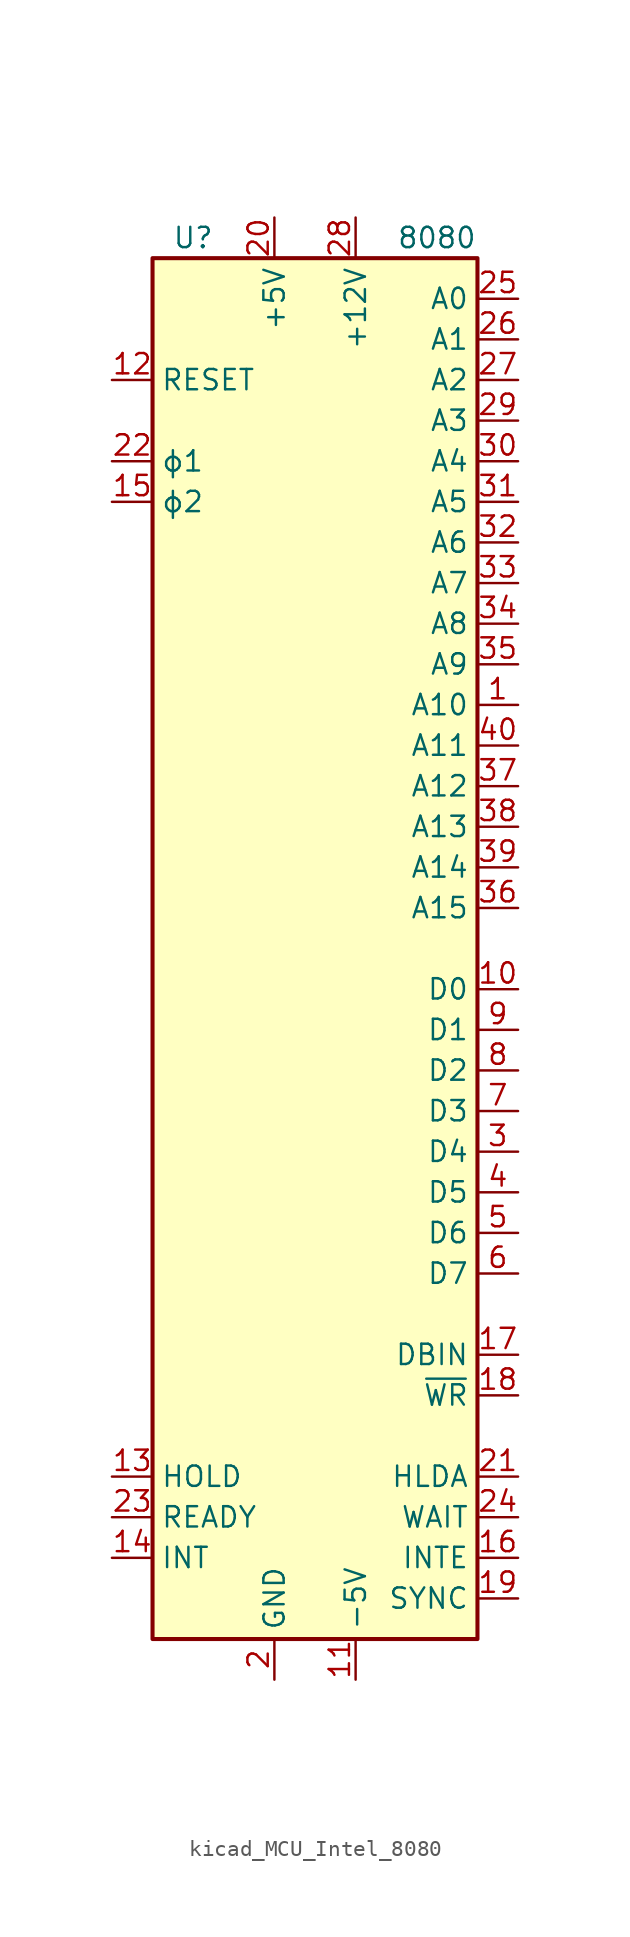
<source format=kicad_sym>
(kicad_symbol_lib
  (version 20220914)
  (generator kicad_symbol_editor)
  (symbol "kicad_MCU_Intel_8080"
    (property "Reference" "U"
      (at -7.62 44.45 0)
      (effects (font (size 1.27 1.27))))
    (property "Value" "8080"
      (at 7.62 44.45 0)
      (effects (font (size 1.27 1.27))))
    (symbol "kicad_MCU_Intel_8080_0_1"
      (rectangle (start -10.16 43.18) (end 10.16 -43.18) (stroke (width 0.254) (type default)) (fill (type background))))
    (symbol "kicad_MCU_Intel_8080_1_1"
      (pin output line (at 12.7 15.24 180) (length 2.54) (name "A10" (effects (font (size 1.27 1.27)))) (number "1" (effects (font (size 1.27 1.27)))))
      (pin bidirectional line (at 12.7 -2.54 180) (length 2.54) (name "D0" (effects (font (size 1.27 1.27)))) (number "10" (effects (font (size 1.27 1.27)))))
      (pin power_in line (at 2.54 -45.72 90) (length 2.54) (name "-5V" (effects (font (size 1.27 1.27)))) (number "11" (effects (font (size 1.27 1.27)))))
      (pin input line (at -12.7 35.56 0) (length 2.54) (name "RESET" (effects (font (size 1.27 1.27)))) (number "12" (effects (font (size 1.27 1.27)))))
      (pin input line (at -12.7 -33.02 0) (length 2.54) (name "HOLD" (effects (font (size 1.27 1.27)))) (number "13" (effects (font (size 1.27 1.27)))))
      (pin input line (at -12.7 -38.1 0) (length 2.54) (name "INT" (effects (font (size 1.27 1.27)))) (number "14" (effects (font (size 1.27 1.27)))))
      (pin input line (at -12.7 27.94 0) (length 2.54) (name "ϕ2" (effects (font (size 1.27 1.27)))) (number "15" (effects (font (size 1.27 1.27)))))
      (pin output line (at 12.7 -38.1 180) (length 2.54) (name "INTE" (effects (font (size 1.27 1.27)))) (number "16" (effects (font (size 1.27 1.27)))))
      (pin output line (at 12.7 -25.4 180) (length 2.54) (name "DBIN" (effects (font (size 1.27 1.27)))) (number "17" (effects (font (size 1.27 1.27)))))
      (pin output line (at 12.7 -27.94 180) (length 2.54) (name "~{WR}" (effects (font (size 1.27 1.27)))) (number "18" (effects (font (size 1.27 1.27)))))
      (pin output line (at 12.7 -40.64 180) (length 2.54) (name "SYNC" (effects (font (size 1.27 1.27)))) (number "19" (effects (font (size 1.27 1.27)))))
      (pin power_in line (at -2.54 -45.72 90) (length 2.54) (name "GND" (effects (font (size 1.27 1.27)))) (number "2" (effects (font (size 1.27 1.27)))))
      (pin power_in line (at -2.54 45.72 270) (length 2.54) (name "+5V" (effects (font (size 1.27 1.27)))) (number "20" (effects (font (size 1.27 1.27)))))
      (pin output line (at 12.7 -33.02 180) (length 2.54) (name "HLDA" (effects (font (size 1.27 1.27)))) (number "21" (effects (font (size 1.27 1.27)))))
      (pin input line (at -12.7 30.48 0) (length 2.54) (name "ϕ1" (effects (font (size 1.27 1.27)))) (number "22" (effects (font (size 1.27 1.27)))))
      (pin input line (at -12.7 -35.56 0) (length 2.54) (name "READY" (effects (font (size 1.27 1.27)))) (number "23" (effects (font (size 1.27 1.27)))))
      (pin output line (at 12.7 -35.56 180) (length 2.54) (name "WAIT" (effects (font (size 1.27 1.27)))) (number "24" (effects (font (size 1.27 1.27)))))
      (pin output line (at 12.7 40.64 180) (length 2.54) (name "A0" (effects (font (size 1.27 1.27)))) (number "25" (effects (font (size 1.27 1.27)))))
      (pin output line (at 12.7 38.1 180) (length 2.54) (name "A1" (effects (font (size 1.27 1.27)))) (number "26" (effects (font (size 1.27 1.27)))))
      (pin output line (at 12.7 35.56 180) (length 2.54) (name "A2" (effects (font (size 1.27 1.27)))) (number "27" (effects (font (size 1.27 1.27)))))
      (pin power_in line (at 2.54 45.72 270) (length 2.54) (name "+12V" (effects (font (size 1.27 1.27)))) (number "28" (effects (font (size 1.27 1.27)))))
      (pin output line (at 12.7 33.02 180) (length 2.54) (name "A3" (effects (font (size 1.27 1.27)))) (number "29" (effects (font (size 1.27 1.27)))))
      (pin bidirectional line (at 12.7 -12.7 180) (length 2.54) (name "D4" (effects (font (size 1.27 1.27)))) (number "3" (effects (font (size 1.27 1.27)))))
      (pin output line (at 12.7 30.48 180) (length 2.54) (name "A4" (effects (font (size 1.27 1.27)))) (number "30" (effects (font (size 1.27 1.27)))))
      (pin output line (at 12.7 27.94 180) (length 2.54) (name "A5" (effects (font (size 1.27 1.27)))) (number "31" (effects (font (size 1.27 1.27)))))
      (pin output line (at 12.7 25.4 180) (length 2.54) (name "A6" (effects (font (size 1.27 1.27)))) (number "32" (effects (font (size 1.27 1.27)))))
      (pin output line (at 12.7 22.86 180) (length 2.54) (name "A7" (effects (font (size 1.27 1.27)))) (number "33" (effects (font (size 1.27 1.27)))))
      (pin output line (at 12.7 20.32 180) (length 2.54) (name "A8" (effects (font (size 1.27 1.27)))) (number "34" (effects (font (size 1.27 1.27)))))
      (pin output line (at 12.7 17.78 180) (length 2.54) (name "A9" (effects (font (size 1.27 1.27)))) (number "35" (effects (font (size 1.27 1.27)))))
      (pin output line (at 12.7 2.54 180) (length 2.54) (name "A15" (effects (font (size 1.27 1.27)))) (number "36" (effects (font (size 1.27 1.27)))))
      (pin output line (at 12.7 10.16 180) (length 2.54) (name "A12" (effects (font (size 1.27 1.27)))) (number "37" (effects (font (size 1.27 1.27)))))
      (pin output line (at 12.7 7.62 180) (length 2.54) (name "A13" (effects (font (size 1.27 1.27)))) (number "38" (effects (font (size 1.27 1.27)))))
      (pin output line (at 12.7 5.08 180) (length 2.54) (name "A14" (effects (font (size 1.27 1.27)))) (number "39" (effects (font (size 1.27 1.27)))))
      (pin bidirectional line (at 12.7 -15.24 180) (length 2.54) (name "D5" (effects (font (size 1.27 1.27)))) (number "4" (effects (font (size 1.27 1.27)))))
      (pin output line (at 12.7 12.7 180) (length 2.54) (name "A11" (effects (font (size 1.27 1.27)))) (number "40" (effects (font (size 1.27 1.27)))))
      (pin bidirectional line (at 12.7 -17.78 180) (length 2.54) (name "D6" (effects (font (size 1.27 1.27)))) (number "5" (effects (font (size 1.27 1.27)))))
      (pin bidirectional line (at 12.7 -20.32 180) (length 2.54) (name "D7" (effects (font (size 1.27 1.27)))) (number "6" (effects (font (size 1.27 1.27)))))
      (pin bidirectional line (at 12.7 -10.16 180) (length 2.54) (name "D3" (effects (font (size 1.27 1.27)))) (number "7" (effects (font (size 1.27 1.27)))))
      (pin bidirectional line (at 12.7 -7.62 180) (length 2.54) (name "D2" (effects (font (size 1.27 1.27)))) (number "8" (effects (font (size 1.27 1.27)))))
      (pin bidirectional line (at 12.7 -5.08 180) (length 2.54) (name "D1" (effects (font (size 1.27 1.27)))) (number "9" (effects (font (size 1.27 1.27))))))))
</source>
